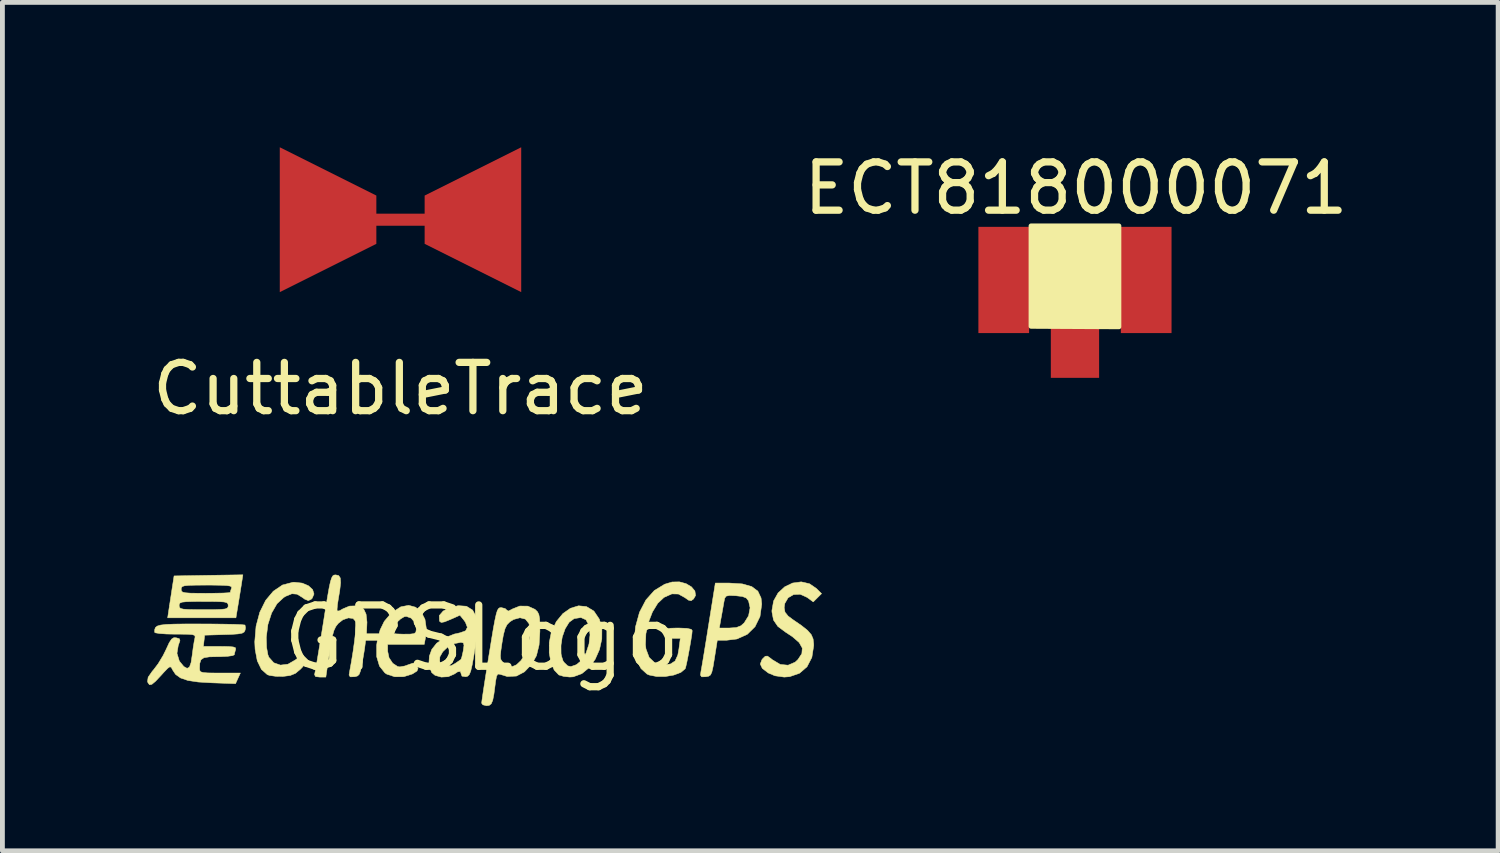
<source format=kicad_pcb>
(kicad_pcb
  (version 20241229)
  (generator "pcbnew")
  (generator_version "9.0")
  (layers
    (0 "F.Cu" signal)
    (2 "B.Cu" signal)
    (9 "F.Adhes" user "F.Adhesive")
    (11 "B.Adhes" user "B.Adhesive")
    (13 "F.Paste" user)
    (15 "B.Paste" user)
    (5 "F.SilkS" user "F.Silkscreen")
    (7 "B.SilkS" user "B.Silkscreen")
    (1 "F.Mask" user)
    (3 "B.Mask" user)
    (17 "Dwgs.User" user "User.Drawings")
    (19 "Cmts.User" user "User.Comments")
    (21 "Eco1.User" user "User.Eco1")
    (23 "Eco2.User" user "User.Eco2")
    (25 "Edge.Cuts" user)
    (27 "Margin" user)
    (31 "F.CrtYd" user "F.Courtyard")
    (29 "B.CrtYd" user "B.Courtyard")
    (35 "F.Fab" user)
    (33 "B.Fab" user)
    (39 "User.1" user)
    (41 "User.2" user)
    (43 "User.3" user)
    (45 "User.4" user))
  (footprint "CuttableTrace"
    (layer "F.Cu")
    (at 5.244 4.5)
    (property "Reference" "CuttableTrace" (at 0 0.5 0) (layer "F.SilkS") (effects (font (size 1 1) (thickness 0.15))))
    (attr through_hole)
    (pad "" smd rect (at 0 -3 180) (size 4 0.25) (layers "F.Cu" "F.Mask" "F.Paste"))
    (pad "1" smd trapezoid (at -1.5 -3) (size 2 2) (rect_delta 1 0) (layers "F.Cu" "F.Mask" "F.Paste"))
    (pad "2" smd trapezoid (at 1.5 -3 180) (size 2 2) (rect_delta 1 0) (layers "F.Cu" "F.Mask" "F.Paste")))
  (footprint "ECT818000071"
    (layer "F.Cu")
    (at 19.212 2.748)
    (property "Reference" "ECT818000071" (at 0.02 -1.9 0) (layer "F.SilkS") (effects (font (size 1 1) (thickness 0.15))))
    (attr through_hole)
    (fp_poly (pts (xy 0.91 0.97) (xy -0.91 0.96) (xy -0.91 -1.12) (xy 0.91 -1.12)) (stroke (width 0.1) (type solid)) (fill yes) (layer "F.SilkS"))
    (pad "1" smd rect (at 0 1.502 180) (size 1 1.05) (layers "F.Cu" "F.Mask" "F.Paste"))
    (pad "2" smd rect (at -1.475 0 180) (size 1.05 2.2) (layers "F.Cu" "F.Mask" "F.Paste"))
    (pad "2" smd rect (at 1.475 0 180) (size 1.05 2.2) (layers "F.Cu" "F.Mask" "F.Paste")))
  (footprint "GPSLogo"
    (layer "F.Cu")
    (at 6.925 10.168)
    (property "Reference" "GPSLogo" (at 0 0 0) (layer "F.SilkS") (effects (font (size 1.27 1.27) (thickness 0.15))))
    (attr through_hole)
    (fp_poly (pts (xy 2.17 -0.656) (xy 2.318 -0.567) (xy 2.328 -0.557) (xy 2.438 -0.394) (xy 2.49 -0.197) (xy 2.488 0.017) (xy 2.44 0.233) (xy 2.351 0.435) (xy 2.227 0.607) (xy 2.074 0.733) (xy 1.897 0.798) (xy 1.825 0.803) (xy 1.7 0.79) (xy 1.603 0.761) (xy 1.598 0.759) (xy 1.502 0.658) (xy 1.434 0.498) (xy 1.399 0.301) (xy 1.4 0.158) (xy 1.638 0.158) (xy 1.641 0.33) (xy 1.685 0.468) (xy 1.71 0.503) (xy 1.782 0.572) (xy 1.847 0.587) (xy 1.941 0.555) (xy 1.966 0.544) (xy 2.073 0.455) (xy 2.162 0.305) (xy 2.223 0.119) (xy 2.244 -0.069) (xy 2.223 -0.262) (xy 2.161 -0.382) (xy 2.056 -0.429) (xy 1.915 -0.407) (xy 1.812 -0.332) (xy 1.729 -0.197) (xy 1.669 -0.026) (xy 1.638 0.158) (xy 1.4 0.158) (xy 1.4 0.089) (xy 1.441 -0.118) (xy 1.445 -0.131) (xy 1.546 -0.345) (xy 1.681 -0.51) (xy 1.839 -0.621) (xy 2.006 -0.672) (xy 2.17 -0.656)) (stroke (width 0.01) (type solid)) (fill yes) (layer "F.SilkS"))
    (fp_poly (pts (xy -3.716 -1.142) (xy -3.587 -1.087) (xy -3.501 -1.008) (xy -3.472 -0.917) (xy -3.51 -0.828) (xy -3.534 -0.805) (xy -3.591 -0.78) (xy -3.663 -0.809) (xy -3.709 -0.843) (xy -3.823 -0.913) (xy -3.929 -0.922) (xy -4.055 -0.871) (xy -4.099 -0.845) (xy -4.238 -0.716) (xy -4.35 -0.523) (xy -4.427 -0.285) (xy -4.46 -0.022) (xy -4.46 -0.003) (xy -4.454 0.19) (xy -4.427 0.341) (xy -4.407 0.393) (xy -4.305 0.508) (xy -4.167 0.556) (xy -4.011 0.537) (xy -3.857 0.448) (xy -3.841 0.435) (xy -3.778 0.389) (xy -3.727 0.406) (xy -3.693 0.437) (xy -3.654 0.486) (xy -3.658 0.532) (xy -3.714 0.6) (xy -3.755 0.642) (xy -3.857 0.727) (xy -3.965 0.771) (xy -4.114 0.79) (xy -4.263 0.788) (xy -4.39 0.77) (xy -4.438 0.754) (xy -4.561 0.645) (xy -4.647 0.467) (xy -4.692 0.227) (xy -4.699 0.073) (xy -4.672 -0.251) (xy -4.595 -0.539) (xy -4.474 -0.784) (xy -4.315 -0.974) (xy -4.125 -1.103) (xy -3.91 -1.159) (xy -3.877 -1.16) (xy -3.716 -1.142)) (stroke (width 0.01) (type solid)) (fill yes) (layer "F.SilkS"))
    (fp_poly (pts (xy 5.397 -1.126) (xy 5.592 -1.071) (xy 5.72 -0.975) (xy 5.786 -0.835) (xy 5.8 -0.708) (xy 5.764 -0.45) (xy 5.661 -0.239) (xy 5.5 -0.081) (xy 5.286 0.015) (xy 5.066 0.042) (xy 4.88 0.042) (xy 4.821 0.413) (xy 4.792 0.59) (xy 4.767 0.7) (xy 4.739 0.76) (xy 4.7 0.786) (xy 4.641 0.797) (xy 4.64 0.797) (xy 4.555 0.799) (xy 4.531 0.762) (xy 4.541 0.691) (xy 4.555 0.614) (xy 4.58 0.467) (xy 4.613 0.267) (xy 4.652 0.027) (xy 4.69 -0.212) (xy 4.922 -0.212) (xy 5.13 -0.212) (xy 5.274 -0.222) (xy 5.37 -0.259) (xy 5.437 -0.319) (xy 5.528 -0.466) (xy 5.559 -0.631) (xy 5.527 -0.774) (xy 5.48 -0.833) (xy 5.4 -0.865) (xy 5.261 -0.881) (xy 5.133 -0.886) (xy 5.065 -0.873) (xy 5.034 -0.83) (xy 5.018 -0.754) (xy 4.995 -0.623) (xy 4.967 -0.464) (xy 4.957 -0.413) (xy 4.922 -0.212) (xy 4.69 -0.212) (xy 4.694 -0.237) (xy 4.702 -0.286) (xy 4.839 -1.143) (xy 5.13 -1.143) (xy 5.397 -1.126)) (stroke (width 0.01) (type solid)) (fill yes) (layer "F.SilkS"))
    (fp_poly (pts (xy 6.789 -1.129) (xy 6.932 -1.031) (xy 7.039 -0.924) (xy 6.867 -0.753) (xy 6.739 -0.847) (xy 6.597 -0.911) (xy 6.459 -0.905) (xy 6.346 -0.838) (xy 6.277 -0.719) (xy 6.265 -0.632) (xy 6.282 -0.54) (xy 6.346 -0.46) (xy 6.438 -0.391) (xy 6.625 -0.262) (xy 6.751 -0.161) (xy 6.827 -0.073) (xy 6.864 0.015) (xy 6.876 0.118) (xy 6.876 0.155) (xy 6.838 0.397) (xy 6.738 0.59) (xy 6.582 0.725) (xy 6.379 0.795) (xy 6.265 0.804) (xy 6.074 0.777) (xy 5.936 0.719) (xy 5.812 0.624) (xy 5.77 0.534) (xy 5.805 0.442) (xy 5.821 0.423) (xy 5.873 0.373) (xy 5.918 0.369) (xy 5.986 0.417) (xy 6.02 0.445) (xy 6.184 0.542) (xy 6.345 0.558) (xy 6.492 0.495) (xy 6.551 0.44) (xy 6.631 0.318) (xy 6.64 0.203) (xy 6.575 0.088) (xy 6.433 -0.035) (xy 6.297 -0.124) (xy 6.135 -0.244) (xy 6.044 -0.377) (xy 6.012 -0.543) (xy 6.011 -0.575) (xy 6.046 -0.773) (xy 6.139 -0.939) (xy 6.276 -1.065) (xy 6.44 -1.144) (xy 6.617 -1.168) (xy 6.789 -1.129)) (stroke (width 0.01) (type solid)) (fill yes) (layer "F.SilkS"))
    (fp_poly (pts (xy -1.368 -0.643) (xy -1.252 -0.544) (xy -1.174 -0.392) (xy -1.145 -0.195) (xy -1.161 -0.024) (xy -1.189 0.127) (xy -1.947 0.127) (xy -1.947 0.267) (xy -1.918 0.404) (xy -1.842 0.518) (xy -1.741 0.585) (xy -1.694 0.593) (xy -1.595 0.575) (xy -1.502 0.542) (xy -1.415 0.513) (xy -1.365 0.535) (xy -1.352 0.553) (xy -1.318 0.627) (xy -1.34 0.679) (xy -1.429 0.736) (xy -1.437 0.74) (xy -1.614 0.796) (xy -1.801 0.797) (xy -1.963 0.744) (xy -2.004 0.717) (xy -2.116 0.577) (xy -2.174 0.382) (xy -2.175 0.145) (xy -2.163 0.063) (xy -2.115 -0.124) (xy -1.905 -0.124) (xy -1.866 -0.104) (xy -1.765 -0.09) (xy -1.63 -0.085) (xy -1.482 -0.086) (xy -1.4 -0.096) (xy -1.364 -0.123) (xy -1.355 -0.175) (xy -1.355 -0.205) (xy -1.385 -0.328) (xy -1.46 -0.417) (xy -1.56 -0.453) (xy -1.604 -0.446) (xy -1.681 -0.399) (xy -1.773 -0.315) (xy -1.855 -0.221) (xy -1.901 -0.142) (xy -1.905 -0.124) (xy -2.115 -0.124) (xy -2.104 -0.171) (xy -2.017 -0.35) (xy -1.887 -0.503) (xy -1.842 -0.544) (xy -1.674 -0.651) (xy -1.512 -0.682) (xy -1.368 -0.643)) (stroke (width 0.01) (type solid)) (fill yes) (layer "F.SilkS"))
    (fp_poly (pts (xy 4.233 -1.131) (xy 4.345 -1.064) (xy 4.416 -0.979) (xy 4.43 -0.887) (xy 4.389 -0.815) (xy 4.338 -0.777) (xy 4.283 -0.789) (xy 4.21 -0.841) (xy 4.075 -0.916) (xy 3.939 -0.919) (xy 3.782 -0.849) (xy 3.775 -0.845) (xy 3.647 -0.725) (xy 3.537 -0.545) (xy 3.452 -0.326) (xy 3.401 -0.093) (xy 3.392 0.132) (xy 3.403 0.222) (xy 3.469 0.398) (xy 3.586 0.509) (xy 3.748 0.55) (xy 3.761 0.55) (xy 3.91 0.533) (xy 4.006 0.47) (xy 4.062 0.348) (xy 4.085 0.222) (xy 4.114 0) (xy 3.962 0) (xy 3.86 -0.007) (xy 3.818 -0.041) (xy 3.81 -0.106) (xy 3.815 -0.163) (xy 3.842 -0.194) (xy 3.911 -0.208) (xy 4.04 -0.212) (xy 4.085 -0.212) (xy 4.251 -0.205) (xy 4.34 -0.185) (xy 4.36 -0.159) (xy 4.353 -0.084) (xy 4.333 0.043) (xy 4.306 0.2) (xy 4.276 0.361) (xy 4.248 0.502) (xy 4.225 0.601) (xy 4.215 0.631) (xy 4.125 0.707) (xy 3.979 0.762) (xy 3.803 0.792) (xy 3.624 0.792) (xy 3.469 0.761) (xy 3.424 0.741) (xy 3.299 0.627) (xy 3.209 0.449) (xy 3.163 0.223) (xy 3.157 0.106) (xy 3.186 -0.237) (xy 3.269 -0.539) (xy 3.401 -0.792) (xy 3.576 -0.989) (xy 3.79 -1.119) (xy 3.943 -1.165) (xy 4.094 -1.168) (xy 4.233 -1.131)) (stroke (width 0.01) (type solid)) (fill yes) (layer "F.SilkS"))
    (fp_poly (pts (xy -2.961 -1.298) (xy -2.928 -1.248) (xy -2.921 -1.149) (xy -2.939 -0.989) (xy -2.966 -0.829) (xy -2.987 -0.695) (xy -2.995 -0.597) (xy -2.99 -0.563) (xy -2.944 -0.569) (xy -2.872 -0.61) (xy -2.738 -0.666) (xy -2.593 -0.671) (xy -2.471 -0.626) (xy -2.441 -0.6) (xy -2.394 -0.5) (xy -2.375 -0.334) (xy -2.385 -0.099) (xy -2.424 0.211) (xy -2.448 0.36) (xy -2.482 0.551) (xy -2.509 0.675) (xy -2.536 0.746) (xy -2.57 0.78) (xy -2.617 0.794) (xy -2.64 0.797) (xy -2.723 0.799) (xy -2.746 0.761) (xy -2.735 0.691) (xy -2.698 0.488) (xy -2.663 0.272) (xy -2.634 0.063) (xy -2.613 -0.122) (xy -2.602 -0.263) (xy -2.604 -0.341) (xy -2.605 -0.344) (xy -2.663 -0.41) (xy -2.76 -0.422) (xy -2.874 -0.383) (xy -2.971 -0.307) (xy -3.021 -0.242) (xy -3.06 -0.159) (xy -3.093 -0.041) (xy -3.126 0.131) (xy -3.153 0.307) (xy -3.227 0.804) (xy -3.352 0.804) (xy -3.439 0.794) (xy -3.461 0.754) (xy -3.456 0.73) (xy -3.444 0.669) (xy -3.42 0.536) (xy -3.388 0.346) (xy -3.349 0.109) (xy -3.305 -0.159) (xy -3.278 -0.328) (xy -3.229 -0.639) (xy -3.189 -0.877) (xy -3.158 -1.051) (xy -3.132 -1.171) (xy -3.108 -1.247) (xy -3.085 -1.29) (xy -3.06 -1.308) (xy -3.029 -1.312) (xy -3.021 -1.312) (xy -2.961 -1.298)) (stroke (width 0.01) (type solid)) (fill yes) (layer "F.SilkS"))
    (fp_poly (pts (xy -0.315 -0.663) (xy -0.187 -0.583) (xy -0.109 -0.44) (xy -0.087 -0.259) (xy -0.096 -0.13) (xy -0.116 0.051) (xy -0.145 0.256) (xy -0.162 0.36) (xy -0.197 0.553) (xy -0.226 0.678) (xy -0.255 0.75) (xy -0.289 0.785) (xy -0.329 0.797) (xy -0.407 0.785) (xy -0.423 0.744) (xy -0.44 0.687) (xy -0.497 0.695) (xy -0.569 0.742) (xy -0.693 0.796) (xy -0.836 0.804) (xy -0.965 0.768) (xy -1.035 0.71) (xy -1.094 0.555) (xy -1.09 0.486) (xy -0.87 0.486) (xy -0.847 0.529) (xy -0.751 0.587) (xy -0.627 0.566) (xy -0.549 0.522) (xy -0.47 0.468) (xy -0.429 0.439) (xy -0.412 0.394) (xy -0.389 0.295) (xy -0.381 0.256) (xy -0.366 0.147) (xy -0.378 0.097) (xy -0.425 0.085) (xy -0.433 0.085) (xy -0.574 0.112) (xy -0.703 0.181) (xy -0.805 0.278) (xy -0.866 0.385) (xy -0.87 0.486) (xy -1.09 0.486) (xy -1.083 0.37) (xy -1.033 0.231) (xy -0.932 0.103) (xy -0.769 -0.007) (xy -0.566 -0.087) (xy -0.448 -0.113) (xy -0.333 -0.154) (xy -0.296 -0.227) (xy -0.337 -0.333) (xy -0.373 -0.382) (xy -0.45 -0.477) (xy -0.65 -0.388) (xy -0.771 -0.339) (xy -0.837 -0.327) (xy -0.869 -0.349) (xy -0.874 -0.361) (xy -0.878 -0.47) (xy -0.798 -0.563) (xy -0.7 -0.616) (xy -0.488 -0.675) (xy -0.315 -0.663)) (stroke (width 0.01) (type solid)) (fill yes) (layer "F.SilkS"))
    (fp_poly (pts (xy -4.973 -1.133) (xy -4.996 -0.989) (xy -5.025 -0.809) (xy -5.045 -0.688) (xy -5.089 -0.423) (xy -6.503 -0.423) (xy -6.465 -0.677) (xy -6.265 -0.677) (xy -6.26 -0.642) (xy -6.236 -0.618) (xy -6.178 -0.603) (xy -6.073 -0.596) (xy -5.907 -0.593) (xy -5.757 -0.593) (xy -5.543 -0.593) (xy -5.399 -0.598) (xy -5.312 -0.607) (xy -5.267 -0.625) (xy -5.251 -0.652) (xy -5.249 -0.677) (xy -5.254 -0.713) (xy -5.279 -0.737) (xy -5.336 -0.752) (xy -5.441 -0.759) (xy -5.608 -0.762) (xy -5.757 -0.762) (xy -5.972 -0.761) (xy -6.116 -0.757) (xy -6.203 -0.748) (xy -6.247 -0.73) (xy -6.264 -0.702) (xy -6.265 -0.677) (xy -6.465 -0.677) (xy -6.437 -0.857) (xy -6.413 -1.016) (xy -6.223 -1.016) (xy -6.218 -0.98) (xy -6.194 -0.956) (xy -6.136 -0.942) (xy -6.031 -0.934) (xy -5.865 -0.932) (xy -5.715 -0.931) (xy -5.519 -0.933) (xy -5.358 -0.936) (xy -5.249 -0.942) (xy -5.207 -0.949) (xy -5.207 -0.949) (xy -5.194 -0.999) (xy -5.181 -1.034) (xy -5.179 -1.062) (xy -5.208 -1.081) (xy -5.278 -1.092) (xy -5.404 -1.098) (xy -5.596 -1.101) (xy -5.689 -1.101) (xy -5.91 -1.1) (xy -6.06 -1.096) (xy -6.152 -1.087) (xy -6.201 -1.071) (xy -6.22 -1.045) (xy -6.223 -1.016) (xy -6.413 -1.016) (xy -6.37 -1.291) (xy -5.658 -1.303) (xy -4.945 -1.314) (xy -4.973 -1.133)) (stroke (width 0.01) (type solid)) (fill yes) (layer "F.SilkS"))
    (fp_poly (pts (xy 0.956 -0.665) (xy 1.102 -0.6) (xy 1.107 -0.596) (xy 1.155 -0.55) (xy 1.184 -0.493) (xy 1.2 -0.406) (xy 1.205 -0.267) (xy 1.206 -0.141) (xy 1.189 0.139) (xy 1.135 0.36) (xy 1.036 0.538) (xy 0.887 0.694) (xy 0.883 0.697) (xy 0.719 0.783) (xy 0.53 0.792) (xy 0.377 0.745) (xy 0.336 0.742) (xy 0.309 0.784) (xy 0.289 0.889) (xy 0.28 0.959) (xy 0.254 1.157) (xy 0.229 1.285) (xy 0.198 1.357) (xy 0.156 1.39) (xy 0.101 1.397) (xy 0.024 1.378) (xy -0.000274 1.344) (xy 0.006 1.289) (xy 0.024 1.162) (xy 0.052 0.977) (xy 0.088 0.746) (xy 0.13 0.482) (xy 0.148 0.369) (xy 0.387 0.369) (xy 0.395 0.435) (xy 0.422 0.478) (xy 0.464 0.515) (xy 0.56 0.579) (xy 0.639 0.585) (xy 0.722 0.549) (xy 0.819 0.457) (xy 0.903 0.307) (xy 0.965 0.124) (xy 0.999 -0.066) (xy 0.996 -0.236) (xy 0.978 -0.307) (xy 0.905 -0.397) (xy 0.793 -0.425) (xy 0.66 -0.389) (xy 0.583 -0.34) (xy 0.525 -0.281) (xy 0.483 -0.196) (xy 0.449 -0.066) (xy 0.422 0.091) (xy 0.397 0.261) (xy 0.387 0.369) (xy 0.148 0.369) (xy 0.155 0.328) (xy 0.205 0.02) (xy 0.244 -0.214) (xy 0.276 -0.384) (xy 0.302 -0.501) (xy 0.325 -0.575) (xy 0.349 -0.615) (xy 0.375 -0.632) (xy 0.405 -0.635) (xy 0.487 -0.615) (xy 0.518 -0.585) (xy 0.553 -0.563) (xy 0.633 -0.603) (xy 0.636 -0.606) (xy 0.789 -0.667) (xy 0.956 -0.665)) (stroke (width 0.01) (type solid)) (fill yes) (layer "F.SilkS"))
    (fp_poly (pts (xy -5.556 -0.295) (xy -5.318 -0.292) (xy -5.122 -0.288) (xy -4.982 -0.282) (xy -4.908 -0.275) (xy -4.901 -0.273) (xy -4.891 -0.217) (xy -4.899 -0.168) (xy -4.918 -0.13) (xy -4.961 -0.105) (xy -5.046 -0.09) (xy -5.189 -0.08) (xy -5.328 -0.076) (xy -5.736 -0.064) (xy -5.75 0.053) (xy -5.763 0.169) (xy -5.417 0.169) (xy -5.246 0.171) (xy -5.145 0.18) (xy -5.099 0.197) (xy -5.094 0.227) (xy -5.097 0.236) (xy -5.119 0.317) (xy -5.122 0.342) (xy -5.161 0.36) (xy -5.265 0.374) (xy -5.412 0.381) (xy -5.456 0.381) (xy -5.639 0.385) (xy -5.752 0.403) (xy -5.813 0.445) (xy -5.838 0.521) (xy -5.842 0.617) (xy -5.839 0.664) (xy -5.82 0.694) (xy -5.769 0.71) (xy -5.671 0.718) (xy -5.51 0.72) (xy -5.42 0.72) (xy -4.997 0.72) (xy -5.047 0.83) (xy -5.097 0.94) (xy -5.586 0.923) (xy -5.871 0.906) (xy -6.084 0.874) (xy -6.236 0.822) (xy -6.339 0.748) (xy -6.4 0.656) (xy -6.427 0.604) (xy -6.456 0.59) (xy -6.502 0.622) (xy -6.582 0.705) (xy -6.635 0.764) (xy -6.753 0.89) (xy -6.83 0.954) (xy -6.879 0.963) (xy -6.91 0.922) (xy -6.92 0.895) (xy -6.907 0.807) (xy -6.822 0.684) (xy -6.797 0.656) (xy -6.7 0.528) (xy -6.599 0.361) (xy -6.536 0.234) (xy -6.471 0.093) (xy -6.421 0.017) (xy -6.374 -0.012) (xy -6.324 -0.009) (xy -6.261 0.009) (xy -6.248 0.049) (xy -6.278 0.135) (xy -6.283 0.146) (xy -6.31 0.312) (xy -6.261 0.473) (xy -6.168 0.586) (xy -6.1 0.623) (xy -6.052 0.598) (xy -6.018 0.504) (xy -5.995 0.352) (xy -5.975 0.2) (xy -5.954 0.069) (xy -5.942 0.012) (xy -5.934 -0.031) (xy -5.945 -0.06) (xy -5.992 -0.076) (xy -6.087 -0.083) (xy -6.245 -0.085) (xy -6.345 -0.085) (xy -6.524 -0.088) (xy -6.666 -0.098) (xy -6.754 -0.112) (xy -6.773 -0.124) (xy -6.771 -0.179) (xy -6.756 -0.222) (xy -6.719 -0.252) (xy -6.649 -0.273) (xy -6.537 -0.286) (xy -6.371 -0.293) (xy -6.141 -0.296) (xy -5.837 -0.296) (xy -5.823 -0.296) (xy -5.556 -0.295)) (stroke (width 0.01) (type solid)) (fill yes) (layer "F.SilkS")))
  (gr_rect
    (start -3 -3)
    (end 27.976 14.57)
    (stroke (width 0.1) (type default))
    (fill no)
    (layer "Edge.Cuts")))
</source>
